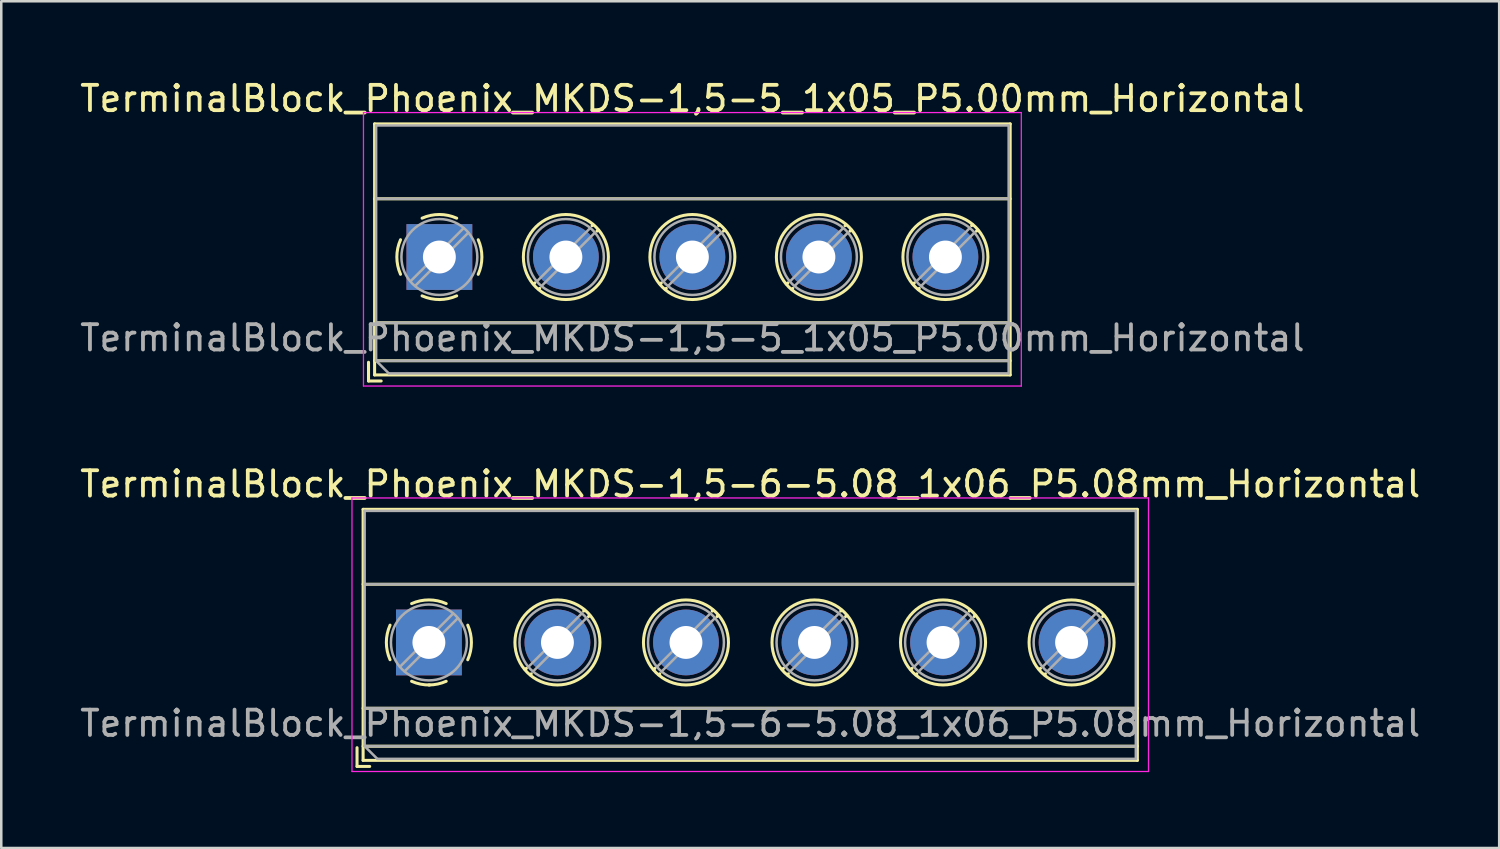
<source format=kicad_pcb>
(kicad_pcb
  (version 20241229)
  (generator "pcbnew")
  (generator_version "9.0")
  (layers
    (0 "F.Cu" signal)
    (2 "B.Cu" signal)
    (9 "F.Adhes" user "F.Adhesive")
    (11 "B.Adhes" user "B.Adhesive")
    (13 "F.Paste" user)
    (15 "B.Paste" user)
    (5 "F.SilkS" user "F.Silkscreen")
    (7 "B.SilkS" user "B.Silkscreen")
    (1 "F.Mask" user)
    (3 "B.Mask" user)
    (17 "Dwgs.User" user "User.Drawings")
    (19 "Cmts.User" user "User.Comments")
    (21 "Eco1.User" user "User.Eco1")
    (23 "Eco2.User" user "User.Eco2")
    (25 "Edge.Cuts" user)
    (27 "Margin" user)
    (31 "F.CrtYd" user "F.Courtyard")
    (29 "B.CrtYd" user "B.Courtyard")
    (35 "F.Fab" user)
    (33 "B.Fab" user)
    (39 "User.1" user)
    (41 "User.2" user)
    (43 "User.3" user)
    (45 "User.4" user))
  (footprint "TerminalBlock_Phoenix_MKDS-1,5-6-5.08_1x06_P5.08mm_Horizontal"
    (layer "F.Cu")
    (at 13.901 22.341)
    (property "Reference" "TerminalBlock_Phoenix_MKDS-1,5-6-5.08_1x06_P5.08mm_Horizontal" (at 12.7 -6.26 0) (layer "F.SilkS") (effects (font (size 1 1) (thickness 0.15))))
    (attr through_hole)
    (fp_line (start -2.84 4.16) (end -2.84 4.9) (stroke (width 0.12) (type solid)) (layer "F.SilkS"))
    (fp_line (start -2.84 4.9) (end -2.34 4.9) (stroke (width 0.12) (type solid)) (layer "F.SilkS"))
    (fp_line (start -2.6 -5.261) (end -2.6 4.66) (stroke (width 0.12) (type solid)) (layer "F.SilkS"))
    (fp_line (start -2.6 -5.261) (end 28 -5.261) (stroke (width 0.12) (type solid)) (layer "F.SilkS"))
    (fp_line (start -2.6 -2.301) (end 28 -2.301) (stroke (width 0.12) (type solid)) (layer "F.SilkS"))
    (fp_line (start -2.6 2.6) (end 28 2.6) (stroke (width 0.12) (type solid)) (layer "F.SilkS"))
    (fp_line (start -2.6 4.1) (end 28 4.1) (stroke (width 0.12) (type solid)) (layer "F.SilkS"))
    (fp_line (start -2.6 4.66) (end 28 4.66) (stroke (width 0.12) (type solid)) (layer "F.SilkS"))
    (fp_line (start 3.853 1.023) (end 3.806 1.069) (stroke (width 0.12) (type solid)) (layer "F.SilkS"))
    (fp_line (start 4.046 1.239) (end 4.011 1.274) (stroke (width 0.12) (type solid)) (layer "F.SilkS"))
    (fp_line (start 6.15 -1.275) (end 6.115 -1.239) (stroke (width 0.12) (type solid)) (layer "F.SilkS"))
    (fp_line (start 6.355 -1.069) (end 6.308 -1.023) (stroke (width 0.12) (type solid)) (layer "F.SilkS"))
    (fp_line (start 8.933 1.023) (end 8.886 1.069) (stroke (width 0.12) (type solid)) (layer "F.SilkS"))
    (fp_line (start 9.126 1.239) (end 9.091 1.274) (stroke (width 0.12) (type solid)) (layer "F.SilkS"))
    (fp_line (start 11.23 -1.275) (end 11.195 -1.239) (stroke (width 0.12) (type solid)) (layer "F.SilkS"))
    (fp_line (start 11.435 -1.069) (end 11.388 -1.023) (stroke (width 0.12) (type solid)) (layer "F.SilkS"))
    (fp_line (start 14.013 1.023) (end 13.966 1.069) (stroke (width 0.12) (type solid)) (layer "F.SilkS"))
    (fp_line (start 14.206 1.239) (end 14.171 1.274) (stroke (width 0.12) (type solid)) (layer "F.SilkS"))
    (fp_line (start 16.31 -1.275) (end 16.275 -1.239) (stroke (width 0.12) (type solid)) (layer "F.SilkS"))
    (fp_line (start 16.515 -1.069) (end 16.468 -1.023) (stroke (width 0.12) (type solid)) (layer "F.SilkS"))
    (fp_line (start 19.093 1.023) (end 19.046 1.069) (stroke (width 0.12) (type solid)) (layer "F.SilkS"))
    (fp_line (start 19.286 1.239) (end 19.251 1.274) (stroke (width 0.12) (type solid)) (layer "F.SilkS"))
    (fp_line (start 21.39 -1.275) (end 21.355 -1.239) (stroke (width 0.12) (type solid)) (layer "F.SilkS"))
    (fp_line (start 21.595 -1.069) (end 21.548 -1.023) (stroke (width 0.12) (type solid)) (layer "F.SilkS"))
    (fp_line (start 24.173 1.023) (end 24.126 1.069) (stroke (width 0.12) (type solid)) (layer "F.SilkS"))
    (fp_line (start 24.366 1.239) (end 24.331 1.274) (stroke (width 0.12) (type solid)) (layer "F.SilkS"))
    (fp_line (start 26.47 -1.275) (end 26.435 -1.239) (stroke (width 0.12) (type solid)) (layer "F.SilkS"))
    (fp_line (start 26.675 -1.069) (end 26.628 -1.023) (stroke (width 0.12) (type solid)) (layer "F.SilkS"))
    (fp_line (start 28 -5.261) (end 28 4.66) (stroke (width 0.12) (type solid)) (layer "F.SilkS"))
    (fp_arc (start -1.535427 0.683042) (mid -1.680501 -0.000524) (end -1.535 -0.684) (stroke (width 0.12) (type solid)) (layer "F.SilkS"))
    (fp_arc (start -0.683042 -1.535427) (mid 0.000524 -1.680501) (end 0.684 -1.535) (stroke (width 0.12) (type solid)) (layer "F.SilkS"))
    (fp_arc (start 0.028805 1.680253) (mid -0.335551 1.646659) (end -0.684 1.535) (stroke (width 0.12) (type solid)) (layer "F.SilkS"))
    (fp_arc (start 0.683318 1.534756) (mid 0.349292 1.643288) (end 0 1.68) (stroke (width 0.12) (type solid)) (layer "F.SilkS"))
    (fp_arc (start 1.535427 -0.683042) (mid 1.680501 0.000524) (end 1.535 0.684) (stroke (width 0.12) (type solid)) (layer "F.SilkS"))
    (fp_circle (center 5.08 0) (end 6.76 0) (stroke (width 0.12) (type solid)) (fill no) (layer "F.SilkS"))
    (fp_circle (center 10.16 0) (end 11.84 0) (stroke (width 0.12) (type solid)) (fill no) (layer "F.SilkS"))
    (fp_circle (center 15.24 0) (end 16.92 0) (stroke (width 0.12) (type solid)) (fill no) (layer "F.SilkS"))
    (fp_circle (center 20.32 0) (end 22 0) (stroke (width 0.12) (type solid)) (fill no) (layer "F.SilkS"))
    (fp_circle (center 25.4 0) (end 27.08 0) (stroke (width 0.12) (type solid)) (fill no) (layer "F.SilkS"))
    (fp_line (start -3.04 -5.71) (end -3.04 5.1) (stroke (width 0.05) (type solid)) (layer "F.CrtYd"))
    (fp_line (start -3.04 5.1) (end 28.44 5.1) (stroke (width 0.05) (type solid)) (layer "F.CrtYd"))
    (fp_line (start 28.44 -5.71) (end -3.04 -5.71) (stroke (width 0.05) (type solid)) (layer "F.CrtYd"))
    (fp_line (start 28.44 5.1) (end 28.44 -5.71) (stroke (width 0.05) (type solid)) (layer "F.CrtYd"))
    (fp_line (start -2.54 -5.2) (end 27.94 -5.2) (stroke (width 0.1) (type solid)) (layer "F.Fab"))
    (fp_line (start -2.54 -2.3) (end 27.94 -2.3) (stroke (width 0.1) (type solid)) (layer "F.Fab"))
    (fp_line (start -2.54 2.6) (end 27.94 2.6) (stroke (width 0.1) (type solid)) (layer "F.Fab"))
    (fp_line (start -2.54 4.1) (end -2.54 -5.2) (stroke (width 0.1) (type solid)) (layer "F.Fab"))
    (fp_line (start -2.54 4.1) (end 27.94 4.1) (stroke (width 0.1) (type solid)) (layer "F.Fab"))
    (fp_line (start -2.04 4.6) (end -2.54 4.1) (stroke (width 0.1) (type solid)) (layer "F.Fab"))
    (fp_line (start 0.955 -1.138) (end -1.138 0.955) (stroke (width 0.1) (type solid)) (layer "F.Fab"))
    (fp_line (start 1.138 -0.955) (end -0.955 1.138) (stroke (width 0.1) (type solid)) (layer "F.Fab"))
    (fp_line (start 6.035 -1.138) (end 3.943 0.955) (stroke (width 0.1) (type solid)) (layer "F.Fab"))
    (fp_line (start 6.218 -0.955) (end 4.126 1.138) (stroke (width 0.1) (type solid)) (layer "F.Fab"))
    (fp_line (start 11.115 -1.138) (end 9.023 0.955) (stroke (width 0.1) (type solid)) (layer "F.Fab"))
    (fp_line (start 11.298 -0.955) (end 9.206 1.138) (stroke (width 0.1) (type solid)) (layer "F.Fab"))
    (fp_line (start 16.195 -1.138) (end 14.103 0.955) (stroke (width 0.1) (type solid)) (layer "F.Fab"))
    (fp_line (start 16.378 -0.955) (end 14.286 1.138) (stroke (width 0.1) (type solid)) (layer "F.Fab"))
    (fp_line (start 21.275 -1.138) (end 19.183 0.955) (stroke (width 0.1) (type solid)) (layer "F.Fab"))
    (fp_line (start 21.458 -0.955) (end 19.366 1.138) (stroke (width 0.1) (type solid)) (layer "F.Fab"))
    (fp_line (start 26.355 -1.138) (end 24.263 0.955) (stroke (width 0.1) (type solid)) (layer "F.Fab"))
    (fp_line (start 26.538 -0.955) (end 24.446 1.138) (stroke (width 0.1) (type solid)) (layer "F.Fab"))
    (fp_line (start 27.94 -5.2) (end 27.94 4.6) (stroke (width 0.1) (type solid)) (layer "F.Fab"))
    (fp_line (start 27.94 4.6) (end -2.04 4.6) (stroke (width 0.1) (type solid)) (layer "F.Fab"))
    (fp_circle (center 0 0) (end 1.5 0) (stroke (width 0.1) (type solid)) (fill no) (layer "F.Fab"))
    (fp_circle (center 5.08 0) (end 6.58 0) (stroke (width 0.1) (type solid)) (fill no) (layer "F.Fab"))
    (fp_circle (center 10.16 0) (end 11.66 0) (stroke (width 0.1) (type solid)) (fill no) (layer "F.Fab"))
    (fp_circle (center 15.24 0) (end 16.74 0) (stroke (width 0.1) (type solid)) (fill no) (layer "F.Fab"))
    (fp_circle (center 20.32 0) (end 21.82 0) (stroke (width 0.1) (type solid)) (fill no) (layer "F.Fab"))
    (fp_circle (center 25.4 0) (end 26.9 0) (stroke (width 0.1) (type solid)) (fill no) (layer "F.Fab"))
    (fp_text user "${REFERENCE}" (at 12.7 3.2 0) (layer "F.Fab") (effects (font (size 1 1) (thickness 0.15))))
    (pad "1" thru_hole rect (at 0 0) (size 2.6 2.6) (drill 1.3) (layers "*.Cu" "*.Mask"))
    (pad "2" thru_hole circle (at 5.08 0) (size 2.6 2.6) (drill 1.3) (layers "*.Cu" "*.Mask"))
    (pad "3" thru_hole circle (at 10.16 0) (size 2.6 2.6) (drill 1.3) (layers "*.Cu" "*.Mask"))
    (pad "4" thru_hole circle (at 15.24 0) (size 2.6 2.6) (drill 1.3) (layers "*.Cu" "*.Mask"))
    (pad "5" thru_hole circle (at 20.32 0) (size 2.6 2.6) (drill 1.3) (layers "*.Cu" "*.Mask"))
    (pad "6" thru_hole circle (at 25.4 0) (size 2.6 2.6) (drill 1.3) (layers "*.Cu" "*.Mask")))
  (footprint "TerminalBlock_Phoenix_MKDS-1,5-5_1x05_P5.00mm_Horizontal"
    (layer "F.Cu")
    (at 14.315 7.108)
    (property "Reference" "TerminalBlock_Phoenix_MKDS-1,5-5_1x05_P5.00mm_Horizontal" (at 10 -6.26 0) (layer "F.SilkS") (effects (font (size 1 1) (thickness 0.15))))
    (attr through_hole)
    (fp_line (start -2.8 4.16) (end -2.8 4.9) (stroke (width 0.12) (type solid)) (layer "F.SilkS"))
    (fp_line (start -2.8 4.9) (end -2.3 4.9) (stroke (width 0.12) (type solid)) (layer "F.SilkS"))
    (fp_line (start -2.56 -5.261) (end -2.56 4.66) (stroke (width 0.12) (type solid)) (layer "F.SilkS"))
    (fp_line (start -2.56 -5.261) (end 22.56 -5.261) (stroke (width 0.12) (type solid)) (layer "F.SilkS"))
    (fp_line (start -2.56 -2.301) (end 22.56 -2.301) (stroke (width 0.12) (type solid)) (layer "F.SilkS"))
    (fp_line (start -2.56 2.6) (end 22.56 2.6) (stroke (width 0.12) (type solid)) (layer "F.SilkS"))
    (fp_line (start -2.56 4.1) (end 22.56 4.1) (stroke (width 0.12) (type solid)) (layer "F.SilkS"))
    (fp_line (start -2.56 4.66) (end 22.56 4.66) (stroke (width 0.12) (type solid)) (layer "F.SilkS"))
    (fp_line (start 3.773 1.023) (end 3.726 1.069) (stroke (width 0.12) (type solid)) (layer "F.SilkS"))
    (fp_line (start 3.966 1.239) (end 3.931 1.274) (stroke (width 0.12) (type solid)) (layer "F.SilkS"))
    (fp_line (start 6.07 -1.275) (end 6.035 -1.239) (stroke (width 0.12) (type solid)) (layer "F.SilkS"))
    (fp_line (start 6.275 -1.069) (end 6.228 -1.023) (stroke (width 0.12) (type solid)) (layer "F.SilkS"))
    (fp_line (start 8.773 1.023) (end 8.726 1.069) (stroke (width 0.12) (type solid)) (layer "F.SilkS"))
    (fp_line (start 8.966 1.239) (end 8.931 1.274) (stroke (width 0.12) (type solid)) (layer "F.SilkS"))
    (fp_line (start 11.07 -1.275) (end 11.035 -1.239) (stroke (width 0.12) (type solid)) (layer "F.SilkS"))
    (fp_line (start 11.275 -1.069) (end 11.228 -1.023) (stroke (width 0.12) (type solid)) (layer "F.SilkS"))
    (fp_line (start 13.773 1.023) (end 13.726 1.069) (stroke (width 0.12) (type solid)) (layer "F.SilkS"))
    (fp_line (start 13.966 1.239) (end 13.931 1.274) (stroke (width 0.12) (type solid)) (layer "F.SilkS"))
    (fp_line (start 16.07 -1.275) (end 16.035 -1.239) (stroke (width 0.12) (type solid)) (layer "F.SilkS"))
    (fp_line (start 16.275 -1.069) (end 16.228 -1.023) (stroke (width 0.12) (type solid)) (layer "F.SilkS"))
    (fp_line (start 18.773 1.023) (end 18.726 1.069) (stroke (width 0.12) (type solid)) (layer "F.SilkS"))
    (fp_line (start 18.966 1.239) (end 18.931 1.274) (stroke (width 0.12) (type solid)) (layer "F.SilkS"))
    (fp_line (start 21.07 -1.275) (end 21.035 -1.239) (stroke (width 0.12) (type solid)) (layer "F.SilkS"))
    (fp_line (start 21.275 -1.069) (end 21.228 -1.023) (stroke (width 0.12) (type solid)) (layer "F.SilkS"))
    (fp_line (start 22.56 -5.261) (end 22.56 4.66) (stroke (width 0.12) (type solid)) (layer "F.SilkS"))
    (fp_arc (start -1.535427 0.683042) (mid -1.680501 -0.000524) (end -1.535 -0.684) (stroke (width 0.12) (type solid)) (layer "F.SilkS"))
    (fp_arc (start -0.683042 -1.535427) (mid 0.000524 -1.680501) (end 0.684 -1.535) (stroke (width 0.12) (type solid)) (layer "F.SilkS"))
    (fp_arc (start 0.028805 1.680253) (mid -0.335551 1.646659) (end -0.684 1.535) (stroke (width 0.12) (type solid)) (layer "F.SilkS"))
    (fp_arc (start 0.683318 1.534756) (mid 0.349292 1.643288) (end 0 1.68) (stroke (width 0.12) (type solid)) (layer "F.SilkS"))
    (fp_arc (start 1.535427 -0.683042) (mid 1.680501 0.000524) (end 1.535 0.684) (stroke (width 0.12) (type solid)) (layer "F.SilkS"))
    (fp_circle (center 5 0) (end 6.68 0) (stroke (width 0.12) (type solid)) (fill no) (layer "F.SilkS"))
    (fp_circle (center 10 0) (end 11.68 0) (stroke (width 0.12) (type solid)) (fill no) (layer "F.SilkS"))
    (fp_circle (center 15 0) (end 16.68 0) (stroke (width 0.12) (type solid)) (fill no) (layer "F.SilkS"))
    (fp_circle (center 20 0) (end 21.68 0) (stroke (width 0.12) (type solid)) (fill no) (layer "F.SilkS"))
    (fp_line (start -3 -5.71) (end -3 5.1) (stroke (width 0.05) (type solid)) (layer "F.CrtYd"))
    (fp_line (start -3 5.1) (end 23 5.1) (stroke (width 0.05) (type solid)) (layer "F.CrtYd"))
    (fp_line (start 23 -5.71) (end -3 -5.71) (stroke (width 0.05) (type solid)) (layer "F.CrtYd"))
    (fp_line (start 23 5.1) (end 23 -5.71) (stroke (width 0.05) (type solid)) (layer "F.CrtYd"))
    (fp_line (start -2.5 -5.2) (end 22.5 -5.2) (stroke (width 0.1) (type solid)) (layer "F.Fab"))
    (fp_line (start -2.5 -2.3) (end 22.5 -2.3) (stroke (width 0.1) (type solid)) (layer "F.Fab"))
    (fp_line (start -2.5 2.6) (end 22.5 2.6) (stroke (width 0.1) (type solid)) (layer "F.Fab"))
    (fp_line (start -2.5 4.1) (end -2.5 -5.2) (stroke (width 0.1) (type solid)) (layer "F.Fab"))
    (fp_line (start -2.5 4.1) (end 22.5 4.1) (stroke (width 0.1) (type solid)) (layer "F.Fab"))
    (fp_line (start -2 4.6) (end -2.5 4.1) (stroke (width 0.1) (type solid)) (layer "F.Fab"))
    (fp_line (start 0.955 -1.138) (end -1.138 0.955) (stroke (width 0.1) (type solid)) (layer "F.Fab"))
    (fp_line (start 1.138 -0.955) (end -0.955 1.138) (stroke (width 0.1) (type solid)) (layer "F.Fab"))
    (fp_line (start 5.955 -1.138) (end 3.863 0.955) (stroke (width 0.1) (type solid)) (layer "F.Fab"))
    (fp_line (start 6.138 -0.955) (end 4.046 1.138) (stroke (width 0.1) (type solid)) (layer "F.Fab"))
    (fp_line (start 10.955 -1.138) (end 8.863 0.955) (stroke (width 0.1) (type solid)) (layer "F.Fab"))
    (fp_line (start 11.138 -0.955) (end 9.046 1.138) (stroke (width 0.1) (type solid)) (layer "F.Fab"))
    (fp_line (start 15.955 -1.138) (end 13.863 0.955) (stroke (width 0.1) (type solid)) (layer "F.Fab"))
    (fp_line (start 16.138 -0.955) (end 14.046 1.138) (stroke (width 0.1) (type solid)) (layer "F.Fab"))
    (fp_line (start 20.955 -1.138) (end 18.863 0.955) (stroke (width 0.1) (type solid)) (layer "F.Fab"))
    (fp_line (start 21.138 -0.955) (end 19.046 1.138) (stroke (width 0.1) (type solid)) (layer "F.Fab"))
    (fp_line (start 22.5 -5.2) (end 22.5 4.6) (stroke (width 0.1) (type solid)) (layer "F.Fab"))
    (fp_line (start 22.5 4.6) (end -2 4.6) (stroke (width 0.1) (type solid)) (layer "F.Fab"))
    (fp_circle (center 0 0) (end 1.5 0) (stroke (width 0.1) (type solid)) (fill no) (layer "F.Fab"))
    (fp_circle (center 5 0) (end 6.5 0) (stroke (width 0.1) (type solid)) (fill no) (layer "F.Fab"))
    (fp_circle (center 10 0) (end 11.5 0) (stroke (width 0.1) (type solid)) (fill no) (layer "F.Fab"))
    (fp_circle (center 15 0) (end 16.5 0) (stroke (width 0.1) (type solid)) (fill no) (layer "F.Fab"))
    (fp_circle (center 20 0) (end 21.5 0) (stroke (width 0.1) (type solid)) (fill no) (layer "F.Fab"))
    (fp_text user "${REFERENCE}" (at 10 3.2 0) (layer "F.Fab") (effects (font (size 1 1) (thickness 0.15))))
    (pad "1" thru_hole rect (at 0 0) (size 2.6 2.6) (drill 1.3) (layers "*.Cu" "*.Mask"))
    (pad "2" thru_hole circle (at 5 0) (size 2.6 2.6) (drill 1.3) (layers "*.Cu" "*.Mask"))
    (pad "3" thru_hole circle (at 10 0) (size 2.6 2.6) (drill 1.3) (layers "*.Cu" "*.Mask"))
    (pad "4" thru_hole circle (at 15 0) (size 2.6 2.6) (drill 1.3) (layers "*.Cu" "*.Mask"))
    (pad "5" thru_hole circle (at 20 0) (size 2.6 2.6) (drill 1.3) (layers "*.Cu" "*.Mask")))
  (gr_rect
    (start -3 -3)
    (end 56.202 30.466)
    (stroke (width 0.1) (type default))
    (fill no)
    (layer "Edge.Cuts")))
</source>
